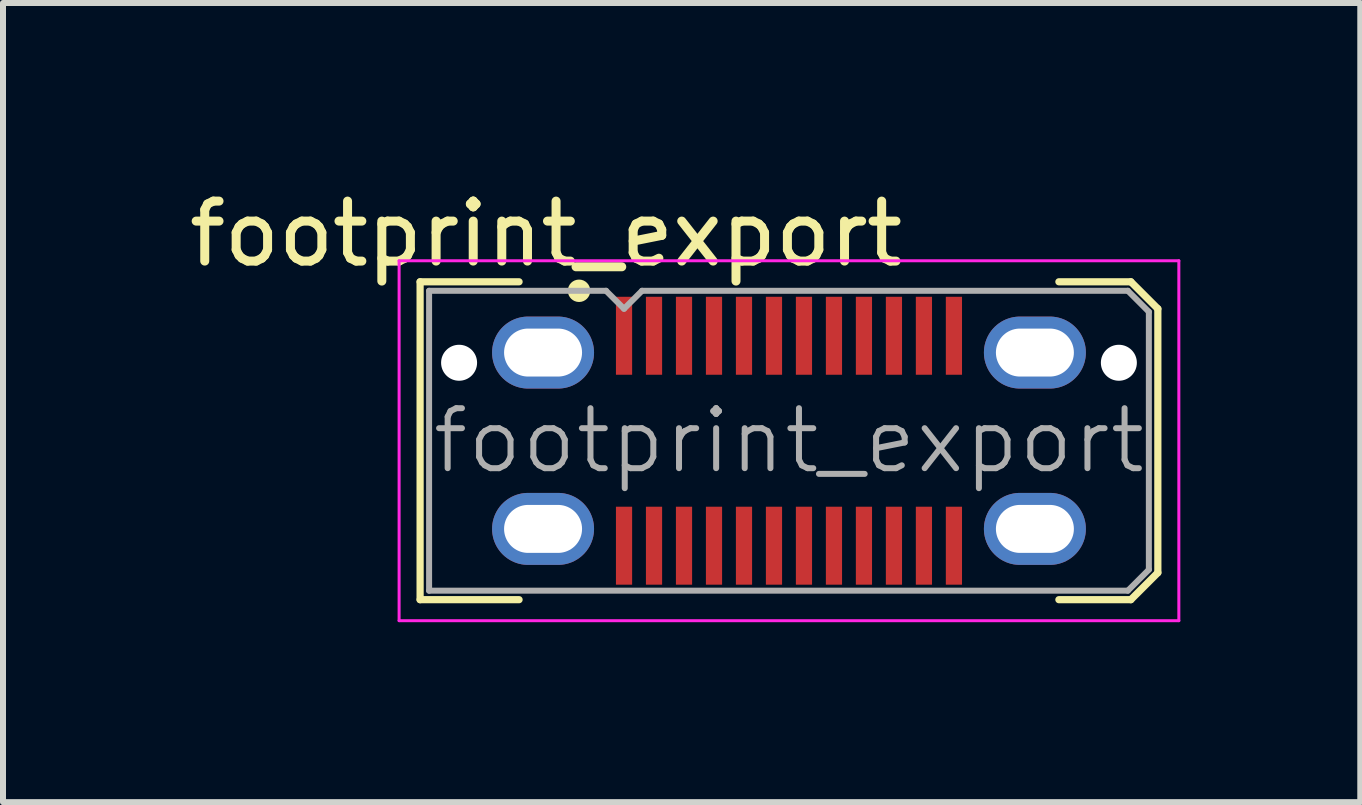
<source format=kicad_pcb>
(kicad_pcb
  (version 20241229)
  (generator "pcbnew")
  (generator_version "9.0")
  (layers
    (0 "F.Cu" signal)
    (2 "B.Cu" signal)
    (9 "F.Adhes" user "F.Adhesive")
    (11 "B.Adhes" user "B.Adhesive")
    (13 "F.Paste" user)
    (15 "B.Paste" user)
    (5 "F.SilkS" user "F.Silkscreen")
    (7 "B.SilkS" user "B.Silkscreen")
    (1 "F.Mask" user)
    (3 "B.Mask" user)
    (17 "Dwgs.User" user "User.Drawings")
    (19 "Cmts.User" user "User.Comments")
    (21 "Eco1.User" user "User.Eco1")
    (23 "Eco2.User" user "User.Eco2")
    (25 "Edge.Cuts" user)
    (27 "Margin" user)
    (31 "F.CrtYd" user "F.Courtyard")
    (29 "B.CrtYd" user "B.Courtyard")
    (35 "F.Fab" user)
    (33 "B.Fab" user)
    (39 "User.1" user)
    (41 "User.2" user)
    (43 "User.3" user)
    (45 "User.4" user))
  (footprint "footprint_export"
    (layer "F.Cu")
    (at 10.104 4.298)
    (property "Reference" "footprint_export" (at -4.05 -3.45 0) (layer "F.SilkS") (effects (font (size 1 1) (thickness 0.15))))
    (attr smd)
    (fp_line (start -6.15 -2.65) (end -6.15 2.65) (stroke (width 0.12) (type solid)) (layer "F.SilkS"))
    (fp_line (start -6.15 -2.65) (end -4.5 -2.65) (stroke (width 0.12) (type solid)) (layer "F.SilkS"))
    (fp_line (start -6.15 2.65) (end -4.5 2.65) (stroke (width 0.12) (type solid)) (layer "F.SilkS"))
    (fp_line (start 4.5 -2.65) (end 5.7 -2.65) (stroke (width 0.12) (type solid)) (layer "F.SilkS"))
    (fp_line (start 4.5 2.65) (end 5.7 2.65) (stroke (width 0.12) (type solid)) (layer "F.SilkS"))
    (fp_line (start 5.7 -2.65) (end 6.15 -2.2) (stroke (width 0.12) (type solid)) (layer "F.SilkS"))
    (fp_line (start 5.7 2.65) (end 6.15 2.2) (stroke (width 0.12) (type solid)) (layer "F.SilkS"))
    (fp_line (start 6.15 -2.2) (end 6.15 2.2) (stroke (width 0.12) (type solid)) (layer "F.SilkS"))
    (fp_circle (center -3.5 -2.5) (end -3.388 -2.5) (stroke (width 0.15) (type solid)) (fill no) (layer "F.SilkS"))
    (fp_line (start -6.5 -3) (end 6.5 -3) (stroke (width 0.05) (type solid)) (layer "F.CrtYd"))
    (fp_line (start -6.5 3) (end -6.5 -3) (stroke (width 0.05) (type solid)) (layer "F.CrtYd"))
    (fp_line (start 6.5 -3) (end 6.5 3) (stroke (width 0.05) (type solid)) (layer "F.CrtYd"))
    (fp_line (start 6.5 3) (end -6.5 3) (stroke (width 0.05) (type solid)) (layer "F.CrtYd"))
    (fp_line (start -6 -2.5) (end -3.05 -2.5) (stroke (width 0.1) (type solid)) (layer "F.Fab"))
    (fp_line (start -6 2.5) (end -6 -2.5) (stroke (width 0.1) (type solid)) (layer "F.Fab"))
    (fp_line (start -6 2.5) (end 5.65 2.5) (stroke (width 0.1) (type solid)) (layer "F.Fab"))
    (fp_line (start -3.05 -2.5) (end -2.75 -2.2) (stroke (width 0.1) (type solid)) (layer "F.Fab"))
    (fp_line (start -2.75 -2.2) (end -2.45 -2.5) (stroke (width 0.1) (type solid)) (layer "F.Fab"))
    (fp_line (start 5.65 -2.5) (end -2.45 -2.5) (stroke (width 0.1) (type solid)) (layer "F.Fab"))
    (fp_line (start 5.65 -2.5) (end 6 -2.15) (stroke (width 0.1) (type solid)) (layer "F.Fab"))
    (fp_line (start 5.65 2.5) (end 6 2.15) (stroke (width 0.1) (type solid)) (layer "F.Fab"))
    (fp_line (start 6 2.15) (end 6 -2.15) (stroke (width 0.1) (type solid)) (layer "F.Fab"))
    (fp_text user "${REFERENCE}" (at 0 0 0) (layer "F.Fab") (effects (font (size 1 1) (thickness 0.1))))
    (pad "" np_thru_hole circle (at -5.5 -1.3) (size 0.6 0.6) (drill 0.6) (layers "*.Cu" "*.Mask"))
    (pad "" np_thru_hole circle (at 5.5 -1.3) (size 0.6 0.6) (drill 0.6) (layers "*.Cu" "*.Mask"))
    (pad "A1" smd rect (at -2.75 -1.75) (size 0.27 1.3) (layers "F.Cu" "F.Mask" "F.Paste"))
    (pad "A2" smd rect (at -2.25 -1.75) (size 0.27 1.3) (layers "F.Cu" "F.Mask" "F.Paste"))
    (pad "A3" smd rect (at -1.75 -1.75) (size 0.27 1.3) (layers "F.Cu" "F.Mask" "F.Paste"))
    (pad "A4" smd rect (at -1.25 -1.75) (size 0.27 1.3) (layers "F.Cu" "F.Mask" "F.Paste"))
    (pad "A5" smd rect (at -0.75 -1.75) (size 0.27 1.3) (layers "F.Cu" "F.Mask" "F.Paste"))
    (pad "A6" smd rect (at -0.25 -1.75) (size 0.27 1.3) (layers "F.Cu" "F.Mask" "F.Paste"))
    (pad "A7" smd rect (at 0.25 -1.75) (size 0.27 1.3) (layers "F.Cu" "F.Mask" "F.Paste"))
    (pad "A8" smd rect (at 0.75 -1.75) (size 0.27 1.3) (layers "F.Cu" "F.Mask" "F.Paste"))
    (pad "A9" smd rect (at 1.25 -1.75) (size 0.27 1.3) (layers "F.Cu" "F.Mask" "F.Paste"))
    (pad "A10" smd rect (at 1.75 -1.75) (size 0.27 1.3) (layers "F.Cu" "F.Mask" "F.Paste"))
    (pad "A11" smd rect (at 2.25 -1.75) (size 0.27 1.3) (layers "F.Cu" "F.Mask" "F.Paste"))
    (pad "A12" smd rect (at 2.75 -1.75) (size 0.27 1.3) (layers "F.Cu" "F.Mask" "F.Paste"))
    (pad "B1" smd rect (at 2.75 1.75) (size 0.27 1.3) (layers "F.Cu" "F.Mask" "F.Paste"))
    (pad "B2" smd rect (at 2.25 1.75) (size 0.27 1.3) (layers "F.Cu" "F.Mask" "F.Paste"))
    (pad "B3" smd rect (at 1.75 1.75) (size 0.27 1.3) (layers "F.Cu" "F.Mask" "F.Paste"))
    (pad "B4" smd rect (at 1.25 1.75) (size 0.27 1.3) (layers "F.Cu" "F.Mask" "F.Paste"))
    (pad "B5" smd rect (at 0.75 1.75) (size 0.27 1.3) (layers "F.Cu" "F.Mask" "F.Paste"))
    (pad "B6" smd rect (at 0.25 1.75) (size 0.27 1.3) (layers "F.Cu" "F.Mask" "F.Paste"))
    (pad "B7" smd rect (at -0.25 1.75) (size 0.27 1.3) (layers "F.Cu" "F.Mask" "F.Paste"))
    (pad "B8" smd rect (at -0.75 1.75) (size 0.27 1.3) (layers "F.Cu" "F.Mask" "F.Paste"))
    (pad "B9" smd rect (at -1.25 1.75) (size 0.27 1.3) (layers "F.Cu" "F.Mask" "F.Paste"))
    (pad "B10" smd rect (at -1.75 1.75) (size 0.27 1.3) (layers "F.Cu" "F.Mask" "F.Paste"))
    (pad "B11" smd rect (at -2.25 1.75) (size 0.27 1.3) (layers "F.Cu" "F.Mask" "F.Paste"))
    (pad "B12" smd rect (at -2.75 1.75) (size 0.27 1.3) (layers "F.Cu" "F.Mask" "F.Paste"))
    (pad "S1" thru_hole oval (at -4.1 -1.47 90) (size 1.2 1.7) (drill oval 0.8 1.3) (layers "*.Cu" "*.Mask"))
    (pad "S1" thru_hole oval (at -4.1 1.47 90) (size 1.2 1.7) (drill oval 0.8 1.3) (layers "*.Cu" "*.Mask"))
    (pad "S1" thru_hole oval (at 4.1 -1.47 90) (size 1.2 1.7) (drill oval 0.8 1.3) (layers "*.Cu" "*.Mask"))
    (pad "S1" thru_hole oval (at 4.1 1.47 90) (size 1.2 1.7) (drill oval 0.8 1.3) (layers "*.Cu" "*.Mask")))
  (gr_rect
    (start -3 -3)
    (end 19.629 10.323)
    (stroke (width 0.1) (type default))
    (fill no)
    (layer "Edge.Cuts")))
</source>
